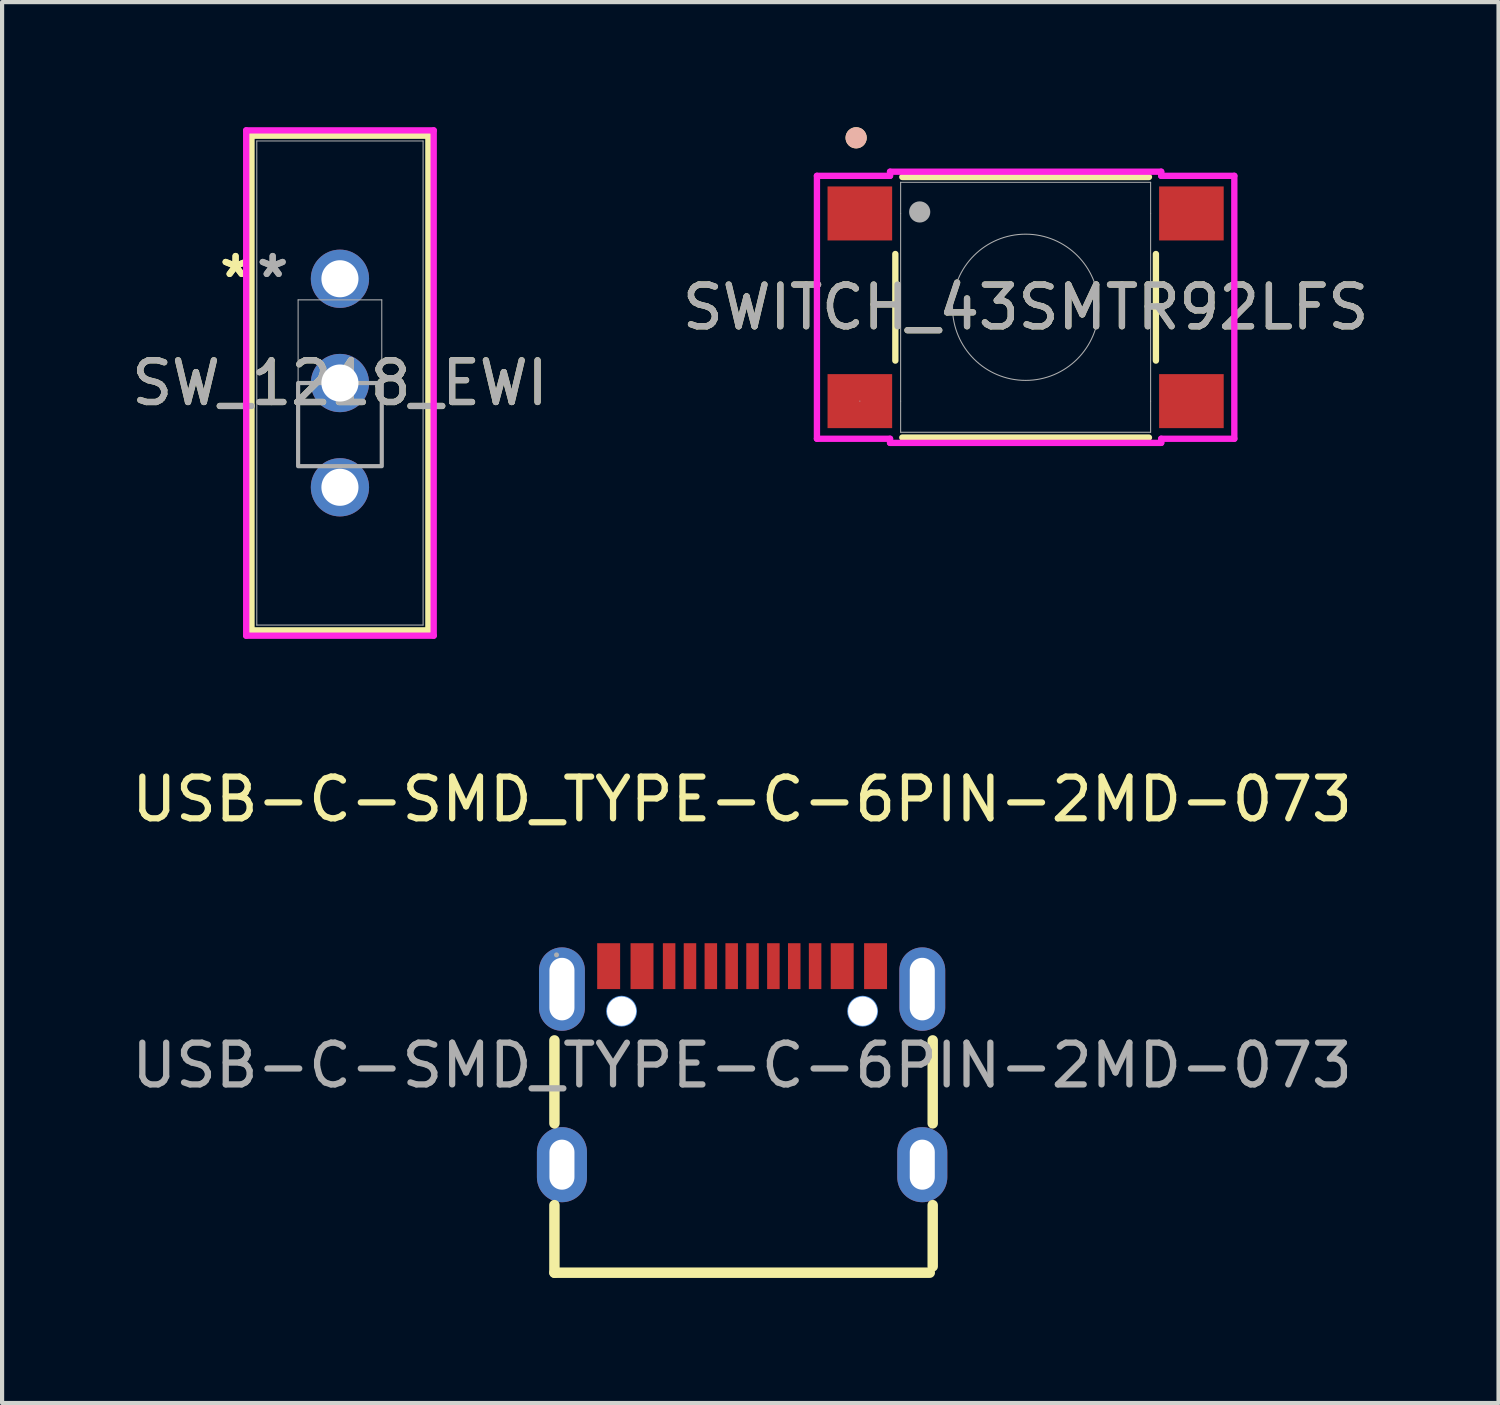
<source format=kicad_pcb>
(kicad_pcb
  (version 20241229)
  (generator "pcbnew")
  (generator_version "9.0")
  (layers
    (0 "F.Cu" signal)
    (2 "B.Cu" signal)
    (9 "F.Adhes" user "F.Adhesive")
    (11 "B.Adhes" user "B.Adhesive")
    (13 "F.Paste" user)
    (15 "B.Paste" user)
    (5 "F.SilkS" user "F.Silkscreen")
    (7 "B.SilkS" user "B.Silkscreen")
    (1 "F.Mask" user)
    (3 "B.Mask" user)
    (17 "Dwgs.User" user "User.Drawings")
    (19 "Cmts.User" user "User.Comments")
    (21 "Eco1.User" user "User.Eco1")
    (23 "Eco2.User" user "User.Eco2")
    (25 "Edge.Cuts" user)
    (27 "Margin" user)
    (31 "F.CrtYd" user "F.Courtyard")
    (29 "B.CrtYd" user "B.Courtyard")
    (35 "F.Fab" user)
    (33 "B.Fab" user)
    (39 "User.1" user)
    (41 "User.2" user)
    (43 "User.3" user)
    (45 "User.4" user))
  (footprint "USB-C-SMD_TYPE-C-6PIN-2MD-073"
    (layer "F.Cu")
    (at 14.744 22.496)
    (property "Reference" "USB-C-SMD_TYPE-C-6PIN-2MD-073" (at 0 -6.38 0) (layer "F.SilkS") (effects (font (size 1 1) (thickness 0.15))))
    (attr smd)
    (fp_line (start -4.5 1.39) (end -4.5 -0.6) (stroke (width 0.25) (type solid)) (layer "F.SilkS"))
    (fp_line (start -4.5 4.97) (end -4.5 3.35) (stroke (width 0.25) (type solid)) (layer "F.SilkS"))
    (fp_line (start 4.5 4.97) (end -4.5 4.97) (stroke (width 0.25) (type solid)) (layer "F.SilkS"))
    (fp_line (start 4.57 1.39) (end 4.57 -0.6) (stroke (width 0.25) (type solid)) (layer "F.SilkS"))
    (fp_line (start 4.57 4.82) (end 4.57 3.35) (stroke (width 0.25) (type solid)) (layer "F.SilkS"))
    (fp_circle (center -2.89 -1.3) (end -2.77 -1.3) (stroke (width 0.25) (type solid)) (fill no) (layer "Cmts.User"))
    (fp_circle (center 2.89 -1.3) (end 3.01 -1.3) (stroke (width 0.25) (type solid)) (fill no) (layer "Cmts.User"))
    (fp_circle (center -4.45 -2.65) (end -4.42 -2.65) (stroke (width 0.06) (type solid)) (fill no) (layer "F.Fab"))
    (fp_text user "${REFERENCE}" (at 0 0 0) (layer "F.Fab") (effects (font (size 1 1) (thickness 0.15))))
    (pad "" np_thru_hole circle (at -2.89 -1.3) (size 0.7 0.7) (drill 0.7) (layers "*.Cu" "*.Mask"))
    (pad "" np_thru_hole circle (at 2.89 -1.3) (size 0.7 0.7) (drill 0.7) (layers "*.Cu" "*.Mask"))
    (pad "1" smd rect (at -3.2 -2.38) (size 0.55 1.1) (layers "F.Cu" "F.Mask" "F.Paste"))
    (pad "2" smd rect (at -2.4 -2.38) (size 0.55 1.1) (layers "F.Cu" "F.Mask" "F.Paste"))
    (pad "3" smd rect (at -1.75 -2.38) (size 0.3 1.1) (layers "F.Cu" "F.Mask" "F.Paste"))
    (pad "4" smd rect (at -1.25 -2.38) (size 0.3 1.1) (layers "F.Cu" "F.Mask" "F.Paste"))
    (pad "5" smd rect (at -0.75 -2.38) (size 0.3 1.1) (layers "F.Cu" "F.Mask" "F.Paste"))
    (pad "6" smd rect (at -0.25 -2.38) (size 0.3 1.1) (layers "F.Cu" "F.Mask" "F.Paste"))
    (pad "7" smd rect (at 0.25 -2.38) (size 0.3 1.1) (layers "F.Cu" "F.Mask" "F.Paste"))
    (pad "8" smd rect (at 0.75 -2.38) (size 0.3 1.1) (layers "F.Cu" "F.Mask" "F.Paste"))
    (pad "9" smd rect (at 1.25 -2.38) (size 0.3 1.1) (layers "F.Cu" "F.Mask" "F.Paste"))
    (pad "10" smd rect (at 1.75 -2.38) (size 0.3 1.1) (layers "F.Cu" "F.Mask" "F.Paste"))
    (pad "11" smd rect (at 2.4 -2.38) (size 0.55 1.1) (layers "F.Cu" "F.Mask" "F.Paste"))
    (pad "12" smd rect (at 3.2 -2.38) (size 0.55 1.1) (layers "F.Cu" "F.Mask" "F.Paste"))
    (pad "13" thru_hole oval (at -4.32 -1.83) (size 1.1 2) (drill oval 0.6 1.5) (layers "*.Cu" "*.Mask"))
    (pad "13" thru_hole oval (at -4.32 2.38) (size 1.2 1.8) (drill oval 0.6 1.2) (layers "*.Cu" "*.Mask"))
    (pad "14" thru_hole oval (at 4.32 -1.83) (size 1.1 2) (drill oval 0.6 1.5) (layers "*.Cu" "*.Mask"))
    (pad "14" thru_hole oval (at 4.32 2.38) (size 1.2 1.8) (drill oval 0.6 1.2) (layers "*.Cu" "*.Mask")))
  (footprint "SW_1218_EWI"
    (layer "F.Cu")
    (at 5.101 3.634)
    (property "Reference" "SW_1218_EWI" (at 0 2.5 0) (unlocked yes) (layer "F.SilkS") (effects (font (size 1 1) (thickness 0.15))))
    (attr through_hole)
    (fp_line (start -2.121 -3.431) (end -2.121 8.431) (stroke (width 0.152) (type solid)) (layer "F.SilkS"))
    (fp_line (start -2.121 8.431) (end 2.121 8.431) (stroke (width 0.152) (type solid)) (layer "F.SilkS"))
    (fp_line (start 2.121 -3.431) (end -2.121 -3.431) (stroke (width 0.152) (type solid)) (layer "F.SilkS"))
    (fp_line (start 2.121 8.431) (end 2.121 -3.431) (stroke (width 0.152) (type solid)) (layer "F.SilkS"))
    (fp_line (start -2.248 -3.558) (end -2.248 8.558) (stroke (width 0.152) (type solid)) (layer "F.CrtYd"))
    (fp_line (start -2.248 8.558) (end 2.248 8.558) (stroke (width 0.152) (type solid)) (layer "F.CrtYd"))
    (fp_line (start 2.248 -3.558) (end -2.248 -3.558) (stroke (width 0.152) (type solid)) (layer "F.CrtYd"))
    (fp_line (start 2.248 8.558) (end 2.248 -3.558) (stroke (width 0.152) (type solid)) (layer "F.CrtYd"))
    (fp_line (start -1.994 -3.304) (end -1.994 8.304) (stroke (width 0.025) (type solid)) (layer "F.Fab"))
    (fp_line (start -1.994 8.304) (end 1.994 8.304) (stroke (width 0.025) (type solid)) (layer "F.Fab"))
    (fp_line (start -1.003 0.506) (end 1.003 0.506) (stroke (width 0.025) (type solid)) (layer "F.Fab"))
    (fp_line (start -1.003 4.494) (end -1.003 0.506) (stroke (width 0.025) (type solid)) (layer "F.Fab"))
    (fp_line (start 1.003 0.506) (end 1.003 4.494) (stroke (width 0.025) (type solid)) (layer "F.Fab"))
    (fp_line (start 1.003 4.494) (end -1.003 4.494) (stroke (width 0.025) (type solid)) (layer "F.Fab"))
    (fp_line (start 1.994 -3.304) (end -1.994 -3.304) (stroke (width 0.025) (type solid)) (layer "F.Fab"))
    (fp_line (start 1.994 8.304) (end 1.994 -3.304) (stroke (width 0.025) (type solid)) (layer "F.Fab"))
    (fp_poly (pts (xy -1.003 4.494) (xy -1.003 2.5) (xy 1.003 2.5) (xy 1.003 4.494)) (stroke (width 0.1) (type solid)) (fill no) (layer "F.Fab"))
    (fp_text user "*" (at -2.502 0 0) (unlocked yes) (layer "F.SilkS") (effects (font (size 1 1) (thickness 0.15))))
    (fp_text user "*" (at -2.502 0 0) (layer "F.SilkS") (effects (font (size 1 1) (thickness 0.15))))
    (fp_text user "*" (at -1.613 0 0) (unlocked yes) (layer "F.Fab") (effects (font (size 1 1) (thickness 0.15))))
    (fp_text user "*" (at -1.613 0 0) (layer "F.Fab") (effects (font (size 1 1) (thickness 0.15))))
    (fp_text user "${REFERENCE}" (at 0 2.5 0) (unlocked yes) (layer "F.Fab") (effects (font (size 1 1) (thickness 0.15))))
    (pad "1" thru_hole circle (at 0 0) (size 1.397 1.397) (drill 0.889) (layers "*.Cu" "*.Mask"))
    (pad "2" thru_hole circle (at 0 2.5) (size 1.397 1.397) (drill 0.889) (layers "*.Cu" "*.Mask"))
    (pad "3" thru_hole circle (at 0 5) (size 1.397 1.397) (drill 0.889) (layers "*.Cu" "*.Mask")))
  (footprint "SWITCH_43SMTR92LFS"
    (layer "F.Cu")
    (at 21.542 4.318)
    (property "Reference" "SWITCH_43SMTR92LFS" (at 0 0 0) (unlocked yes) (layer "F.SilkS") (effects (font (size 1 1) (thickness 0.15))))
    (attr smd)
    (fp_line (start -3.124 -1.278) (end -3.124 1.278) (stroke (width 0.152) (type solid)) (layer "F.SilkS"))
    (fp_line (start -2.957 3.124) (end 2.957 3.124) (stroke (width 0.152) (type solid)) (layer "F.SilkS"))
    (fp_line (start 2.957 -3.124) (end -2.957 -3.124) (stroke (width 0.152) (type solid)) (layer "F.SilkS"))
    (fp_line (start 3.124 1.278) (end 3.124 -1.278) (stroke (width 0.152) (type solid)) (layer "F.SilkS"))
    (fp_circle (center -4.064 -4.064) (end -3.937 -4.064) (stroke (width 0.254) (type solid)) (fill no) (layer "F.SilkS"))
    (fp_circle (center -4.064 -4.064) (end -3.937 -4.064) (stroke (width 0.254) (type solid)) (fill no) (layer "B.SilkS"))
    (fp_line (start -5.004 -3.152) (end -3.251 -3.152) (stroke (width 0.152) (type solid)) (layer "F.CrtYd"))
    (fp_line (start -5.004 3.152) (end -5.004 -3.152) (stroke (width 0.152) (type solid)) (layer "F.CrtYd"))
    (fp_line (start -5.004 3.152) (end -3.251 3.152) (stroke (width 0.152) (type solid)) (layer "F.CrtYd"))
    (fp_line (start -3.251 -3.251) (end 3.251 -3.251) (stroke (width 0.152) (type solid)) (layer "F.CrtYd"))
    (fp_line (start -3.251 -3.152) (end -3.251 -3.251) (stroke (width 0.152) (type solid)) (layer "F.CrtYd"))
    (fp_line (start -3.251 3.251) (end -3.251 3.152) (stroke (width 0.152) (type solid)) (layer "F.CrtYd"))
    (fp_line (start 3.251 -3.251) (end 3.251 -3.152) (stroke (width 0.152) (type solid)) (layer "F.CrtYd"))
    (fp_line (start 3.251 3.152) (end 3.251 3.251) (stroke (width 0.152) (type solid)) (layer "F.CrtYd"))
    (fp_line (start 3.251 3.251) (end -3.251 3.251) (stroke (width 0.152) (type solid)) (layer "F.CrtYd"))
    (fp_line (start 5.004 -3.152) (end 3.251 -3.152) (stroke (width 0.152) (type solid)) (layer "F.CrtYd"))
    (fp_line (start 5.004 -3.152) (end 5.004 3.152) (stroke (width 0.152) (type solid)) (layer "F.CrtYd"))
    (fp_line (start 5.004 3.152) (end 3.251 3.152) (stroke (width 0.152) (type solid)) (layer "F.CrtYd"))
    (fp_line (start -3.975 2.25) (end -3.975 2.25) (stroke (width 0.025) (type solid)) (layer "F.Fab"))
    (fp_line (start -2.997 -2.997) (end -2.997 2.997) (stroke (width 0.025) (type solid)) (layer "F.Fab"))
    (fp_line (start -2.997 -2.25) (end -2.997 -2.25) (stroke (width 0.025) (type solid)) (layer "F.Fab"))
    (fp_line (start -2.997 2.25) (end -2.997 2.25) (stroke (width 0.025) (type solid)) (layer "F.Fab"))
    (fp_line (start -2.997 2.997) (end 2.997 2.997) (stroke (width 0.025) (type solid)) (layer "F.Fab"))
    (fp_line (start 2.997 -2.997) (end -2.997 -2.997) (stroke (width 0.025) (type solid)) (layer "F.Fab"))
    (fp_line (start 2.997 -2.25) (end 2.997 -2.25) (stroke (width 0.025) (type solid)) (layer "F.Fab"))
    (fp_line (start 2.997 2.25) (end 2.997 2.25) (stroke (width 0.025) (type solid)) (layer "F.Fab"))
    (fp_line (start 2.997 2.997) (end 2.997 -2.997) (stroke (width 0.025) (type solid)) (layer "F.Fab"))
    (fp_circle (center -2.54 -2.286) (end -2.413 -2.286) (stroke (width 0.254) (type solid)) (fill no) (layer "F.Fab"))
    (fp_circle (center 0 0) (end 1.753 0) (stroke (width 0.025) (type solid)) (fill no) (layer "F.Fab"))
    (fp_text user "${REFERENCE}" (at 0 0 0) (unlocked yes) (layer "F.Fab") (effects (font (size 1 1) (thickness 0.15))))
    (pad "1" smd rect (at -3.975 -2.25) (size 1.549 1.295) (layers "F.Cu" "F.Mask" "F.Paste"))
    (pad "2" smd rect (at 3.975 -2.25) (size 1.549 1.295) (layers "F.Cu" "F.Mask" "F.Paste"))
    (pad "3" smd rect (at -3.975 2.25) (size 1.549 1.295) (layers "F.Cu" "F.Mask" "F.Paste"))
    (pad "4" smd rect (at 3.975 2.25) (size 1.549 1.295) (layers "F.Cu" "F.Mask" "F.Paste")))
  (gr_rect
    (start -3 -3)
    (end 32.881 30.591)
    (stroke (width 0.1) (type default))
    (fill no)
    (layer "Edge.Cuts")))
</source>
